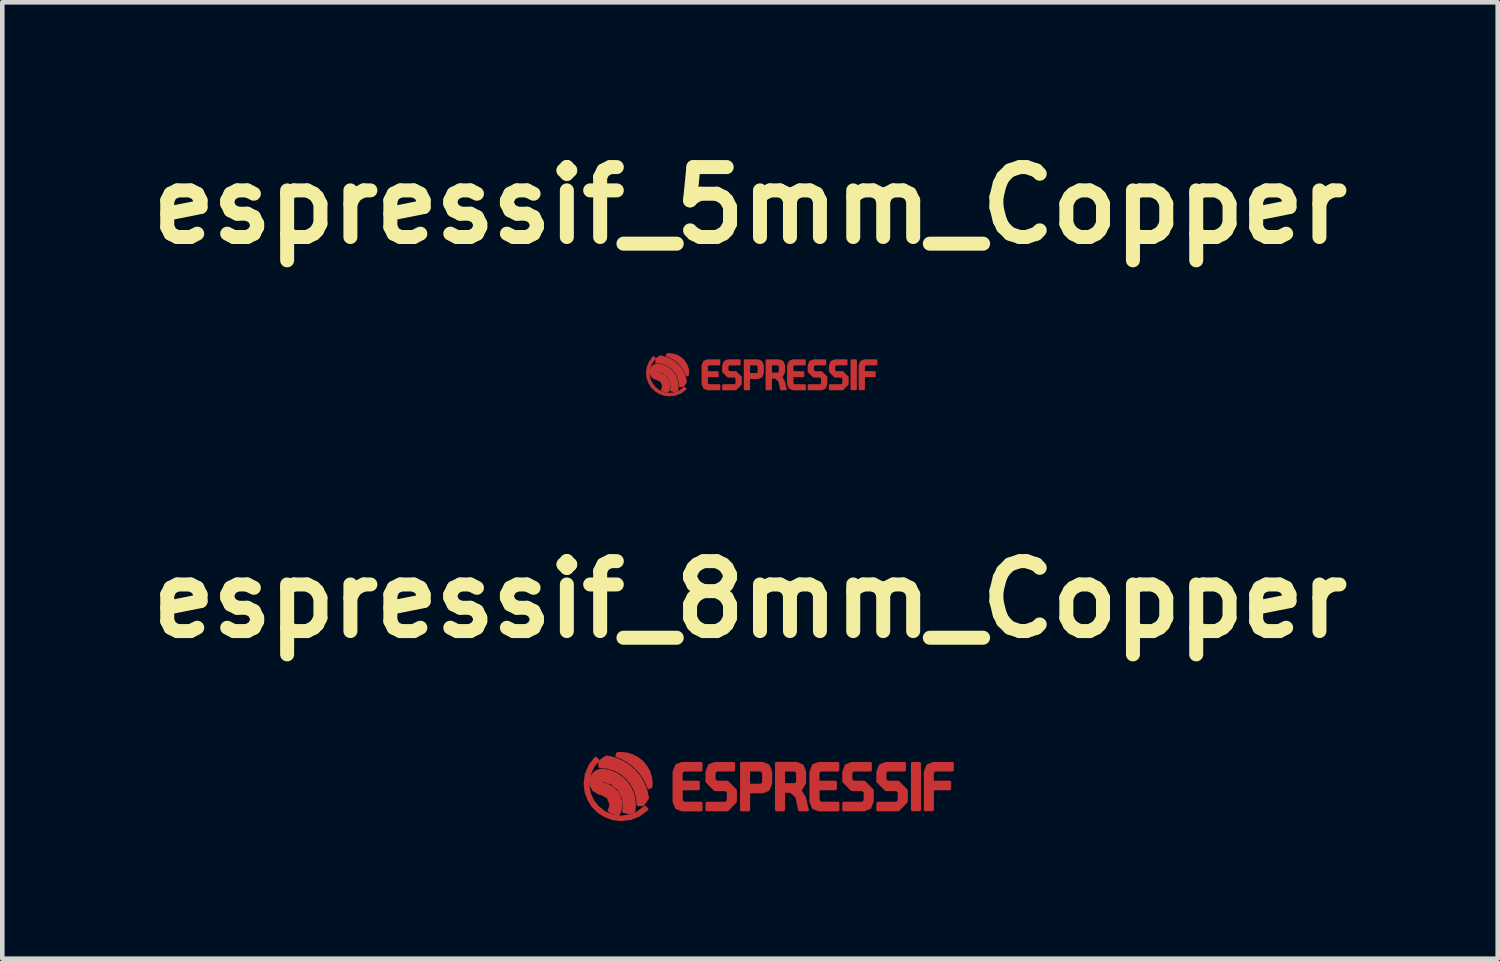
<source format=kicad_pcb>
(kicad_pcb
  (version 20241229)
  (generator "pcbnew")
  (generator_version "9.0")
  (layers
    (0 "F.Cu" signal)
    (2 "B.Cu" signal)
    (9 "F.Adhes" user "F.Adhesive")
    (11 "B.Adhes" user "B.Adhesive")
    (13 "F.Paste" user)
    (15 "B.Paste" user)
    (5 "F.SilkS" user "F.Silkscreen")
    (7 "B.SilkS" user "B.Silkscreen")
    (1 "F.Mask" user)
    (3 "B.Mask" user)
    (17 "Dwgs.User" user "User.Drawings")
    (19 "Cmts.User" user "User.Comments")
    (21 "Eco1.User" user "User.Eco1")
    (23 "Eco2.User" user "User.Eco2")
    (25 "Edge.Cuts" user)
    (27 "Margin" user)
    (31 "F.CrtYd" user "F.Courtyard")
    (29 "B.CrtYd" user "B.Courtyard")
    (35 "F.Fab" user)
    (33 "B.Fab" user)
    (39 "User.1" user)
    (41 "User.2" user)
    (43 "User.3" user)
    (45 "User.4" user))
  (footprint "espressif_8mm_Copper"
    (layer "F.Cu")
    (at 13.295 14.342)
    (property "Reference" "espressif_8mm_Copper" (at 0 -4.328 0) (layer "F.SilkS") (effects (font (size 1.524 1.524) (thickness 0.305))))
    (attr exclude_from_pos_files exclude_from_bom)
    (fp_poly (pts (xy -3.118 0.101) (xy -3.219 -0.00017) (xy -3.118 0.101)) (stroke (width 0.068) (type solid)) (fill yes) (layer "F.Cu"))
    (fp_poly (pts (xy 3.541 -0.753) (xy 3.692 -0.753) (xy 3.692 0.253) (xy 3.541 0.253) (xy 3.541 -0.753)) (stroke (width 0.068) (type solid)) (fill yes) (layer "F.Cu"))
    (fp_poly (pts (xy 4.024 -0.612) (xy 4.408 -0.612) (xy 4.408 -0.753) (xy 3.997 -0.753) (xy 3.875 -0.705) (xy 3.822 -0.568) (xy 3.822 0.253) (xy 3.973 0.253) (xy 3.973 -0.204) (xy 4.35 -0.204) (xy 4.35 -0.345) (xy 3.972 -0.345) (xy 3.972 -0.554) (xy 4.022 -0.612) (xy 4.024 -0.612)) (stroke (width 0.068) (type solid)) (fill yes) (layer "F.Cu"))
    (fp_poly (pts (xy 0.275 -0.754) (xy 0.25 -0.613) (xy 0.298 -0.555) (xy 0.298 -0.336) (xy 0.25 -0.278) (xy -0.032 -0.278) (xy -0.032 -0.613) (xy 0.25 -0.613) (xy 0.25 -0.613) (xy 0.275 -0.754) (xy -0.183 -0.754) (xy -0.183 0.255) (xy -0.032 0.255) (xy -0.032 -0.137) (xy 0.275 -0.137) (xy 0.396 -0.185) (xy 0.45 -0.322) (xy 0.45 -0.573) (xy 0.396 -0.706) (xy 0.275 -0.754)) (stroke (width 0.068) (type solid)) (fill yes) (layer "F.Cu"))
    (fp_poly (pts (xy -1.6 -0.705) (xy -1.654 -0.568) (xy -1.654 0.075) (xy -1.6 0.209) (xy -1.478 0.257) (xy -1.068 0.257) (xy -1.068 0.113) (xy -1.451 0.113) (xy -1.451 0.113) (xy -1.5 0.055) (xy -1.5 -0.204) (xy -1.127 -0.204) (xy -1.127 -0.345) (xy -1.502 -0.345) (xy -1.502 -0.554) (xy -1.453 -0.612) (xy -1.07 -0.612) (xy -1.07 -0.753) (xy -1.481 -0.753) (xy -1.602 -0.705) (xy -1.6 -0.705)) (stroke (width 0.068) (type solid)) (fill yes) (layer "F.Cu"))
    (fp_poly (pts (xy 1.382 -0.705) (xy 1.329 -0.568) (xy 1.329 0.075) (xy 1.382 0.209) (xy 1.504 0.257) (xy 1.915 0.257) (xy 1.915 0.113) (xy 1.531 0.113) (xy 1.531 0.113) (xy 1.483 0.055) (xy 1.483 -0.204) (xy 1.86 -0.204) (xy 1.86 -0.345) (xy 1.48 -0.345) (xy 1.48 -0.554) (xy 1.529 -0.612) (xy 1.912 -0.612) (xy 1.912 -0.753) (xy 1.501 -0.753) (xy 1.379 -0.705) (xy 1.382 -0.705)) (stroke (width 0.068) (type solid)) (fill yes) (layer "F.Cu"))
    (fp_poly (pts (xy -2.154 -0.312) (xy -2.167 -0.441) (xy -2.205 -0.565) (xy -2.266 -0.679) (xy -2.348 -0.779) (xy -2.449 -0.861) (xy -2.563 -0.921) (xy -2.687 -0.958) (xy -2.816 -0.97) (xy -2.885 -0.967) (xy -2.9 -0.923) (xy -2.783 -0.875) (xy -2.672 -0.813) (xy -2.568 -0.74) (xy -2.474 -0.655) (xy -2.389 -0.561) (xy -2.316 -0.458) (xy -2.254 -0.347) (xy -2.206 -0.23) (xy -2.162 -0.245) (xy -2.158 -0.314) (xy -2.154 -0.312)) (stroke (width 0.068) (type solid)) (fill yes) (layer "F.Cu"))
    (fp_poly (pts (xy -0.497 -0.345) (xy -0.732 -0.345) (xy -0.785 -0.399) (xy -0.785 -0.554) (xy -0.736 -0.612) (xy -0.36 -0.612) (xy -0.36 -0.753) (xy -0.762 -0.753) (xy -0.884 -0.705) (xy -0.938 -0.568) (xy -0.938 -0.362) (xy -0.761 -0.185) (xy -0.525 -0.185) (xy -0.471 -0.131) (xy -0.471 0.057) (xy -0.521 0.114) (xy -0.938 0.114) (xy -0.938 0.256) (xy -0.495 0.256) (xy -0.32 0.074) (xy -0.32 -0.166) (xy -0.497 -0.345)) (stroke (width 0.068) (type solid)) (fill yes) (layer "F.Cu"))
    (fp_poly (pts (xy -2.234 -0.004) (xy -2.271 -0.169) (xy -2.334 -0.325) (xy -2.421 -0.469) (xy -2.531 -0.597) (xy -2.659 -0.707) (xy -2.803 -0.794) (xy -2.959 -0.857) (xy -3.124 -0.894) (xy -3.201 -0.846) (xy -3.271 -0.788) (xy -3.271 -0.69) (xy -3.109 -0.674) (xy -2.952 -0.627) (xy -2.808 -0.55) (xy -2.682 -0.446) (xy -2.579 -0.32) (xy -2.502 -0.176) (xy -2.454 -0.02) (xy -2.438 0.142) (xy -2.34 0.142) (xy -2.282 0.072) (xy -2.234 -0.004)) (stroke (width 0.068) (type solid)) (fill yes) (layer "F.Cu"))
    (fp_poly (pts (xy 1.09 -0.167) (xy 0.991 -0.291) (xy 0.73 -0.291) (xy 0.73 -0.612) (xy 0.991 -0.612) (xy 1.039 -0.554) (xy 1.039 -0.349) (xy 0.991 -0.291) (xy 1.09 -0.167) (xy 1.19 -0.332) (xy 1.19 -0.573) (xy 1.137 -0.706) (xy 1.015 -0.754) (xy 0.578 -0.754) (xy 0.578 0.255) (xy 0.73 0.255) (xy 0.73 -0.149) (xy 0.886 -0.149) (xy 1.023 -0.03) (xy 1.082 0.256) (xy 1.248 0.256) (xy 1.184 -0.012) (xy 1.09 -0.164) (xy 1.09 -0.167)) (stroke (width 0.068) (type solid)) (fill yes) (layer "F.Cu"))
    (fp_poly (pts (xy 2.485 -0.345) (xy 2.25 -0.345) (xy 2.196 -0.399) (xy 2.196 -0.554) (xy 2.245 -0.612) (xy 2.622 -0.612) (xy 2.622 -0.753) (xy 2.22 -0.753) (xy 2.098 -0.705) (xy 2.045 -0.568) (xy 2.045 -0.362) (xy 2.222 -0.185) (xy 2.456 -0.185) (xy 2.511 -0.131) (xy 2.511 0.057) (xy 2.462 0.114) (xy 2.045 0.114) (xy 2.045 0.256) (xy 2.487 0.256) (xy 2.608 0.207) (xy 2.663 0.07) (xy 2.663 -0.169) (xy 2.485 -0.346) (xy 2.485 -0.345)) (stroke (width 0.068) (type solid)) (fill yes) (layer "F.Cu"))
    (fp_poly (pts (xy 3.227 -0.345) (xy 2.993 -0.345) (xy 2.993 -0.345) (xy 2.938 -0.399) (xy 2.938 -0.554) (xy 2.987 -0.612) (xy 3.364 -0.612) (xy 3.364 -0.753) (xy 2.962 -0.753) (xy 2.841 -0.705) (xy 2.787 -0.568) (xy 2.787 -0.362) (xy 2.964 -0.185) (xy 3.199 -0.185) (xy 3.253 -0.131) (xy 3.253 0.057) (xy 3.204 0.114) (xy 2.787 0.114) (xy 2.787 0.256) (xy 3.229 0.256) (xy 3.405 0.074) (xy 3.405 0.074) (xy 3.405 -0.166) (xy 3.405 -0.166) (xy 3.227 -0.345) (xy 3.227 -0.345)) (stroke (width 0.068) (type solid)) (fill yes) (layer "F.Cu"))
    (fp_poly (pts (xy -2.809 0.468) (xy -2.988 0.447) (xy -3.152 0.388) (xy -3.298 0.296) (xy -3.419 0.176) (xy -3.511 0.031) (xy -3.571 -0.133) (xy -3.592 -0.312) (xy -3.566 -0.516) (xy -3.488 -0.704) (xy -3.363 -0.866) (xy -3.318 -0.825) (xy -3.419 -0.698) (xy -3.486 -0.557) (xy -3.522 -0.406) (xy -3.53 -0.254) (xy -3.501 -0.089) (xy -3.429 0.065) (xy -3.318 0.203) (xy -3.164 0.321) (xy -2.989 0.393) (xy -2.805 0.417) (xy -2.621 0.393) (xy -2.446 0.322) (xy -2.291 0.203) (xy -2.249 0.244) (xy -2.414 0.368) (xy -2.604 0.444) (xy -2.809 0.468)) (stroke (width 0.068) (type solid)) (fill yes) (layer "F.Cu"))
    (fp_poly (pts (xy -2.818 0.187) (xy -2.822 0.072) (xy -2.855 -0.038) (xy -2.914 -0.137) (xy -2.996 -0.217) (xy -3.105 -0.28) (xy -3.226 -0.31) (xy -3.262 -0.354) (xy -3.218 -0.391) (xy -3.018 -0.33) (xy -2.857 -0.196) (xy -2.759 -0.012) (xy -2.738 0.196) (xy -2.745 0.243) (xy -2.756 0.289) (xy -2.637 0.322) (xy -2.585 0.305) (xy -2.534 0.283) (xy -2.524 0.213) (xy -2.521 0.143) (xy -2.533 0.01) (xy -2.568 -0.118) (xy -2.626 -0.239) (xy -2.703 -0.347) (xy -2.799 -0.44) (xy -2.909 -0.515) (xy -3.031 -0.569) (xy -3.16 -0.601) (xy -3.22 -0.606) (xy -3.28 -0.601) (xy -3.351 -0.57) (xy -3.409 -0.521) (xy -3.465 -0.409) (xy -3.462 -0.285) (xy -3.401 -0.176) (xy -3.295 -0.11) (xy -3.263 -0.103) (xy -3.231 -0.098) (xy -3.087 -0.016) (xy -3.031 0.139) (xy -3.04 0.206) (xy -3.069 0.268) (xy -2.987 0.321) (xy -2.926 0.334) (xy -2.864 0.342) (xy -2.834 0.265) (xy -2.818 0.184) (xy -2.818 0.187)) (stroke (width 0.068) (type solid)) (fill yes) (layer "F.Cu")))
  (footprint "espressif_5mm_Copper"
    (layer "F.Cu")
    (at 13.295 5.274)
    (property "Reference" "espressif_5mm_Copper" (at 0 -3.848 0) (layer "F.SilkS") (effects (font (size 1.524 1.524) (thickness 0.305))))
    (attr exclude_from_pos_files exclude_from_bom)
    (fp_poly (pts (xy -1.949 0.063) (xy -2.012 -0.000106) (xy -1.949 0.063)) (stroke (width 0.043) (type solid)) (fill yes) (layer "F.Cu"))
    (fp_poly (pts (xy 2.213 -0.471) (xy 2.308 -0.471) (xy 2.308 0.158) (xy 2.213 0.158) (xy 2.213 -0.471)) (stroke (width 0.043) (type solid)) (fill yes) (layer "F.Cu"))
    (fp_poly (pts (xy 2.515 -0.382) (xy 2.755 -0.382) (xy 2.755 -0.471) (xy 2.498 -0.471) (xy 2.422 -0.441) (xy 2.389 -0.355) (xy 2.389 0.158) (xy 2.483 0.158) (xy 2.483 -0.127) (xy 2.719 -0.127) (xy 2.719 -0.215) (xy 2.483 -0.215) (xy 2.483 -0.346) (xy 2.514 -0.382) (xy 2.515 -0.382)) (stroke (width 0.043) (type solid)) (fill yes) (layer "F.Cu"))
    (fp_poly (pts (xy 0.172 -0.471) (xy 0.156 -0.383) (xy 0.186 -0.347) (xy 0.186 -0.21) (xy 0.156 -0.174) (xy -0.02 -0.174) (xy -0.02 -0.383) (xy 0.156 -0.383) (xy 0.172 -0.471) (xy -0.114 -0.471) (xy -0.114 0.159) (xy -0.02 0.159) (xy -0.02 -0.086) (xy 0.172 -0.086) (xy 0.248 -0.116) (xy 0.281 -0.201) (xy 0.281 -0.358) (xy 0.248 -0.441) (xy 0.172 -0.471)) (stroke (width 0.043) (type solid)) (fill yes) (layer "F.Cu"))
    (fp_poly (pts (xy 0.864 -0.441) (xy 0.83 -0.355) (xy 0.83 0.047) (xy 0.864 0.13) (xy 0.94 0.16) (xy 1.197 0.16) (xy 1.197 0.071) (xy 0.957 0.071) (xy 0.927 0.035) (xy 0.927 -0.127) (xy 1.163 -0.127) (xy 1.163 -0.215) (xy 0.925 -0.215) (xy 0.925 -0.346) (xy 0.955 -0.382) (xy 1.195 -0.382) (xy 1.195 -0.471) (xy 0.938 -0.471) (xy 0.862 -0.441) (xy 0.864 -0.441)) (stroke (width 0.043) (type solid)) (fill yes) (layer "F.Cu"))
    (fp_poly (pts (xy -1 -0.441) (xy -1.034 -0.355) (xy -1.034 0.047) (xy -1 0.13) (xy -0.924 0.16) (xy -0.667 0.16) (xy -0.667 0.071) (xy -0.907 0.071) (xy -0.938 0.035) (xy -0.938 -0.127) (xy -0.705 -0.127) (xy -0.705 -0.215) (xy -0.939 -0.215) (xy -0.939 -0.346) (xy -0.908 -0.382) (xy -0.908 -0.382) (xy -0.669 -0.382) (xy -0.669 -0.471) (xy -0.925 -0.471) (xy -1.002 -0.441) (xy -1 -0.441)) (stroke (width 0.043) (type solid)) (fill yes) (layer "F.Cu"))
    (fp_poly (pts (xy -1.346 -0.195) (xy -1.354 -0.275) (xy -1.378 -0.353) (xy -1.416 -0.424) (xy -1.468 -0.487) (xy -1.53 -0.538) (xy -1.602 -0.576) (xy -1.68 -0.599) (xy -1.76 -0.607) (xy -1.803 -0.604) (xy -1.812 -0.577) (xy -1.739 -0.547) (xy -1.67 -0.508) (xy -1.605 -0.462) (xy -1.546 -0.41) (xy -1.493 -0.351) (xy -1.447 -0.286) (xy -1.409 -0.217) (xy -1.379 -0.143) (xy -1.351 -0.153) (xy -1.349 -0.196) (xy -1.346 -0.195)) (stroke (width 0.043) (type solid)) (fill yes) (layer "F.Cu"))
    (fp_poly (pts (xy -0.311 -0.215) (xy -0.458 -0.215) (xy -0.491 -0.249) (xy -0.491 -0.346) (xy -0.46 -0.382) (xy -0.225 -0.382) (xy -0.225 -0.471) (xy -0.476 -0.471) (xy -0.553 -0.441) (xy -0.586 -0.355) (xy -0.586 -0.226) (xy -0.476 -0.116) (xy -0.328 -0.116) (xy -0.295 -0.082) (xy -0.295 0.035) (xy -0.325 0.071) (xy -0.586 0.071) (xy -0.586 0.16) (xy -0.31 0.16) (xy -0.2 0.046) (xy -0.2 -0.104) (xy -0.311 -0.215)) (stroke (width 0.043) (type solid)) (fill yes) (layer "F.Cu"))
    (fp_poly (pts (xy 2.017 -0.215) (xy 1.87 -0.215) (xy 1.837 -0.249) (xy 1.837 -0.346) (xy 1.867 -0.382) (xy 2.103 -0.382) (xy 2.103 -0.471) (xy 1.852 -0.471) (xy 1.775 -0.441) (xy 1.742 -0.355) (xy 1.742 -0.226) (xy 1.852 -0.116) (xy 2 -0.116) (xy 2.033 -0.082) (xy 2.033 0.035) (xy 2.003 0.071) (xy 1.742 0.071) (xy 1.742 0.16) (xy 2.018 0.16) (xy 2.128 0.046) (xy 2.128 -0.104) (xy 2.017 -0.215)) (stroke (width 0.043) (type solid)) (fill yes) (layer "F.Cu"))
    (fp_poly (pts (xy -1.396 -0.003) (xy -1.419 -0.105) (xy -1.459 -0.203) (xy -1.513 -0.293) (xy -1.582 -0.373) (xy -1.662 -0.442) (xy -1.752 -0.496) (xy -1.85 -0.536) (xy -1.952 -0.559) (xy -2.001 -0.529) (xy -2.044 -0.493) (xy -2.044 -0.431) (xy -1.943 -0.421) (xy -1.845 -0.392) (xy -1.755 -0.344) (xy -1.676 -0.279) (xy -1.612 -0.2) (xy -1.563 -0.11) (xy -1.534 -0.013) (xy -1.524 0.089) (xy -1.462 0.089) (xy -1.426 0.045) (xy -1.396 -0.003)) (stroke (width 0.043) (type solid)) (fill yes) (layer "F.Cu"))
    (fp_poly (pts (xy 0.682 -0.105) (xy 0.619 -0.182) (xy 0.456 -0.182) (xy 0.456 -0.382) (xy 0.619 -0.382) (xy 0.649 -0.346) (xy 0.649 -0.218) (xy 0.619 -0.182) (xy 0.682 -0.105) (xy 0.744 -0.208) (xy 0.744 -0.358) (xy 0.711 -0.441) (xy 0.634 -0.471) (xy 0.361 -0.471) (xy 0.361 0.159) (xy 0.456 0.159) (xy 0.456 -0.093) (xy 0.554 -0.093) (xy 0.639 -0.019) (xy 0.676 0.16) (xy 0.78 0.16) (xy 0.74 -0.007) (xy 0.682 -0.102) (xy 0.682 -0.105)) (stroke (width 0.043) (type solid)) (fill yes) (layer "F.Cu"))
    (fp_poly (pts (xy 1.553 -0.215) (xy 1.406 -0.215) (xy 1.373 -0.249) (xy 1.373 -0.346) (xy 1.403 -0.382) (xy 1.639 -0.382) (xy 1.639 -0.471) (xy 1.387 -0.471) (xy 1.311 -0.441) (xy 1.278 -0.355) (xy 1.278 -0.226) (xy 1.389 -0.116) (xy 1.535 -0.116) (xy 1.569 -0.082) (xy 1.569 0.035) (xy 1.539 0.071) (xy 1.278 0.071) (xy 1.278 0.16) (xy 1.555 0.16) (xy 1.63 0.13) (xy 1.664 0.044) (xy 1.664 -0.106) (xy 1.553 -0.216) (xy 1.553 -0.215)) (stroke (width 0.043) (type solid)) (fill yes) (layer "F.Cu"))
    (fp_poly (pts (xy -1.756 0.292) (xy -1.867 0.279) (xy -1.97 0.243) (xy -2.061 0.185) (xy -2.137 0.11) (xy -2.195 0.019) (xy -2.232 -0.083) (xy -2.245 -0.195) (xy -2.229 -0.322) (xy -2.18 -0.44) (xy -2.102 -0.541) (xy -2.074 -0.515) (xy -2.137 -0.436) (xy -2.179 -0.348) (xy -2.202 -0.254) (xy -2.206 -0.159) (xy -2.188 -0.056) (xy -2.143 0.041) (xy -2.074 0.127) (xy -1.977 0.201) (xy -1.868 0.245) (xy -1.753 0.26) (xy -1.638 0.246) (xy -1.529 0.201) (xy -1.432 0.127) (xy -1.406 0.153) (xy -1.509 0.23) (xy -1.628 0.277) (xy -1.756 0.292)) (stroke (width 0.043) (type solid)) (fill yes) (layer "F.Cu"))
    (fp_poly (pts (xy -1.761 0.117) (xy -1.764 0.045) (xy -1.784 -0.024) (xy -1.821 -0.085) (xy -1.873 -0.136) (xy -1.94 -0.175) (xy -2.016 -0.194) (xy -2.039 -0.221) (xy -2.011 -0.244) (xy -1.886 -0.206) (xy -1.785 -0.123) (xy -1.724 -0.007) (xy -1.711 0.123) (xy -1.716 0.152) (xy -1.723 0.18) (xy -1.648 0.201) (xy -1.616 0.191) (xy -1.584 0.177) (xy -1.578 0.133) (xy -1.576 0.089) (xy -1.583 0.006) (xy -1.605 -0.074) (xy -1.641 -0.149) (xy -1.689 -0.217) (xy -1.749 -0.275) (xy -1.818 -0.322) (xy -1.894 -0.356) (xy -1.975 -0.375) (xy -2.013 -0.379) (xy -2.05 -0.375) (xy -2.094 -0.356) (xy -2.131 -0.325) (xy -2.166 -0.256) (xy -2.164 -0.178) (xy -2.125 -0.11) (xy -2.059 -0.069) (xy -2.039 -0.064) (xy -2.019 -0.061) (xy -1.93 -0.01) (xy -1.894 0.087) (xy -1.9 0.129) (xy -1.918 0.168) (xy -1.867 0.201) (xy -1.829 0.209) (xy -1.79 0.213) (xy -1.771 0.166) (xy -1.762 0.115) (xy -1.761 0.117)) (stroke (width 0.043) (type solid)) (fill yes) (layer "F.Cu")))
  (gr_rect
    (start -3 -3)
    (end 29.59 17.843)
    (stroke (width 0.1) (type default))
    (fill no)
    (layer "Edge.Cuts")))
</source>
